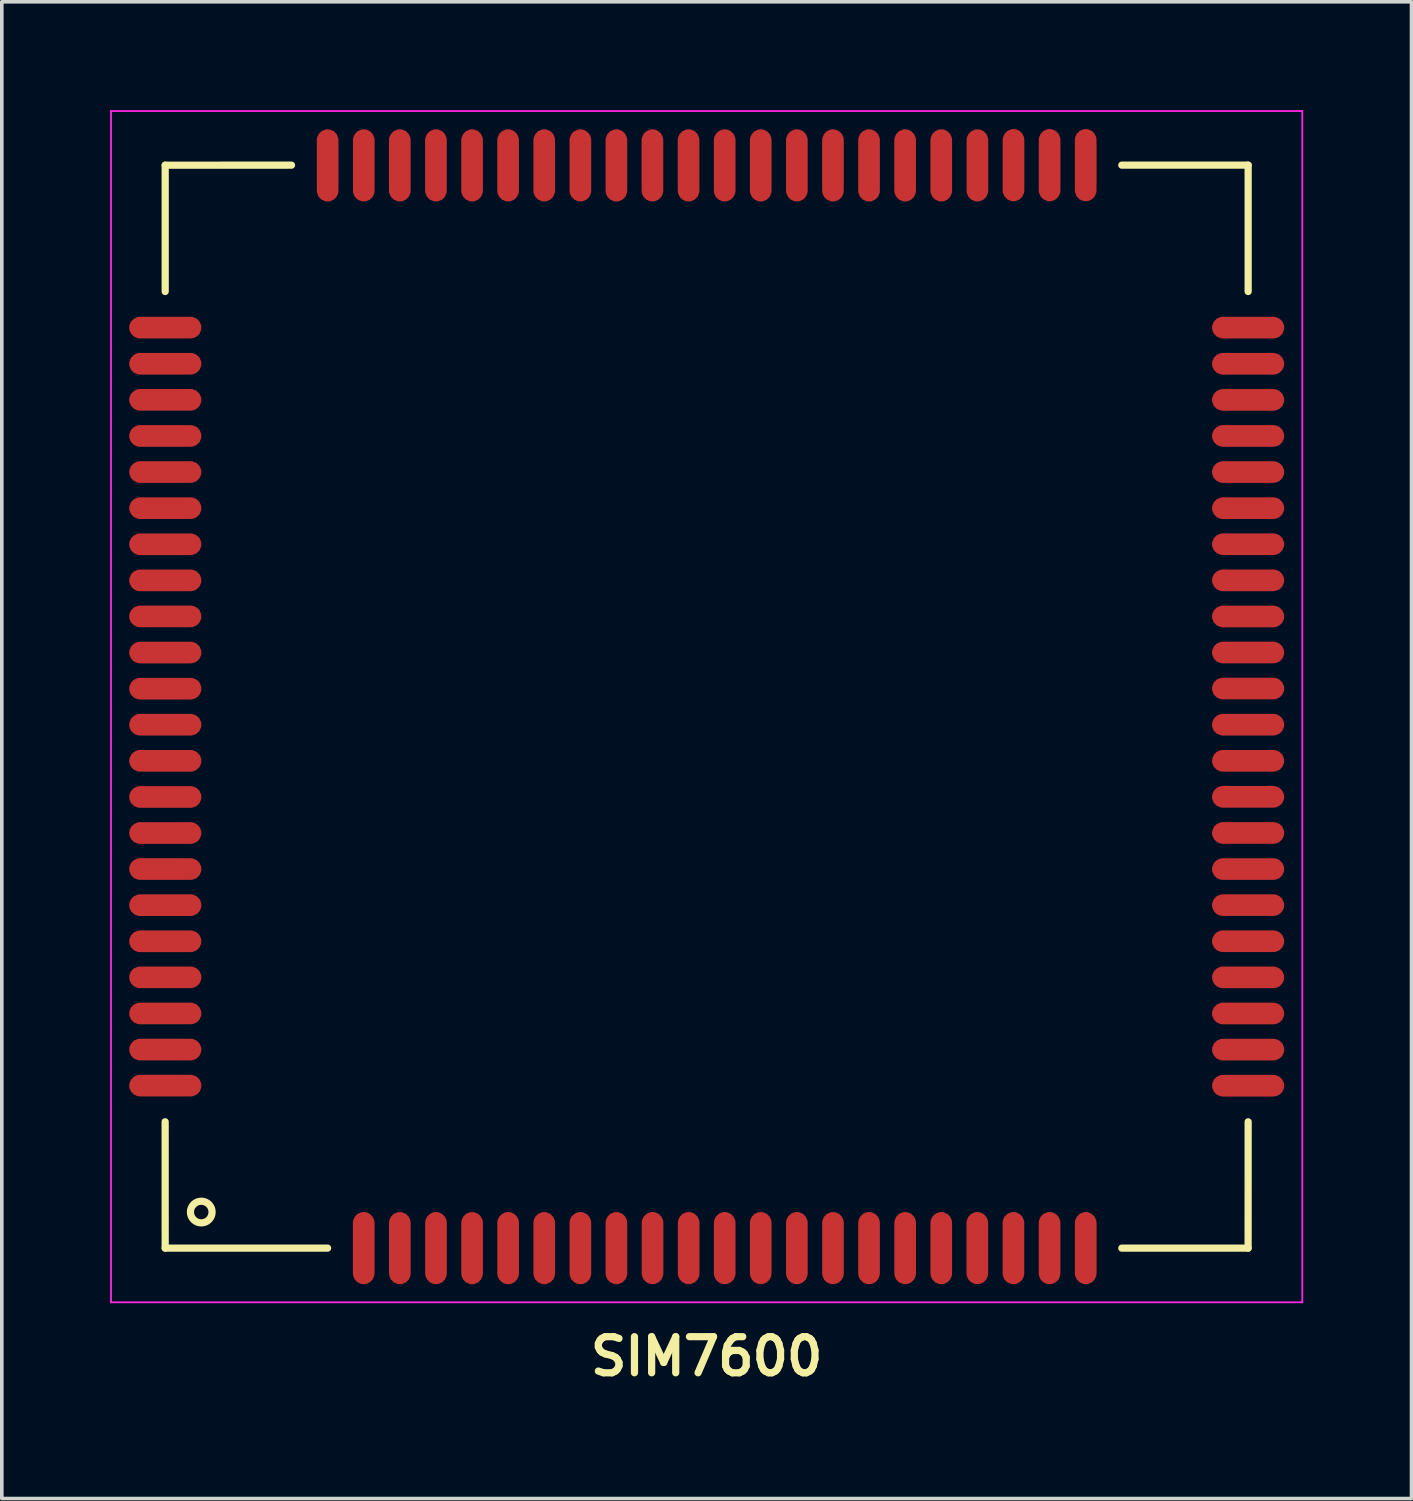
<source format=kicad_pcb>
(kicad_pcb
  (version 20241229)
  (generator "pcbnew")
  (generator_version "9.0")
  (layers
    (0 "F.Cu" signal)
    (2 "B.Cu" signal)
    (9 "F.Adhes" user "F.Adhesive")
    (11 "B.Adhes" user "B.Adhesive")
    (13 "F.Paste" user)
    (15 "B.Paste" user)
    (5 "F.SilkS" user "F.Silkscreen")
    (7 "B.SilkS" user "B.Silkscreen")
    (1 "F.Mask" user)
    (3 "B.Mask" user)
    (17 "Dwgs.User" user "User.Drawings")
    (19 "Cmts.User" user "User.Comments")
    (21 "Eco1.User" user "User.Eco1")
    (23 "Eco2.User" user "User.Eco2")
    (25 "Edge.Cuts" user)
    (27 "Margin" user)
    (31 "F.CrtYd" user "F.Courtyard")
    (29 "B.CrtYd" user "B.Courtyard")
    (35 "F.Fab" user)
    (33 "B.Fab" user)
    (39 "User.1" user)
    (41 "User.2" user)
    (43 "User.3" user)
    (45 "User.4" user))
  (footprint "SIM7600"
    (layer "F.Cu")
    (at 16.525 16.525)
    (property "Reference" "SIM7600" (at 0 18 0) (layer "F.SilkS") (effects (font (size 1 1) (thickness 0.2))))
    (attr smd)
    (fp_line (start -15 11.5) (end -14.999 14.999) (stroke (width 0.2) (type solid)) (layer "F.SilkS"))
    (fp_line (start -14.999 -14.999) (end -14.999 -11.5) (stroke (width 0.2) (type solid)) (layer "F.SilkS"))
    (fp_line (start -14.999 -14.999) (end -11.5 -15) (stroke (width 0.2) (type solid)) (layer "F.SilkS"))
    (fp_line (start -14.999 14.999) (end -10.5 14.999) (stroke (width 0.2) (type solid)) (layer "F.SilkS"))
    (fp_line (start 11.5 -15) (end 15 -15) (stroke (width 0.2) (type solid)) (layer "F.SilkS"))
    (fp_line (start 11.5 15) (end 14.999 14.999) (stroke (width 0.2) (type solid)) (layer "F.SilkS"))
    (fp_line (start 15 -15) (end 15 -11.5) (stroke (width 0.2) (type solid)) (layer "F.SilkS"))
    (fp_line (start 15 11.5) (end 14.999 14.999) (stroke (width 0.2) (type solid)) (layer "F.SilkS"))
    (fp_circle (center -14 14) (end -13.7 14) (stroke (width 0.2) (type solid)) (fill no) (layer "F.SilkS"))
    (fp_line (start -16.5 -16.5) (end -16.5 16.5) (stroke (width 0.05) (type solid)) (layer "F.CrtYd"))
    (fp_line (start -16.5 16.5) (end 16.5 16.5) (stroke (width 0.05) (type solid)) (layer "F.CrtYd"))
    (fp_line (start 16.5 -16.5) (end -16.5 -16.5) (stroke (width 0.05) (type solid)) (layer "F.CrtYd"))
    (fp_line (start 16.5 16.5) (end 16.5 -16.5) (stroke (width 0.05) (type solid)) (layer "F.CrtYd"))
    (pad "1" smd roundrect (at -9.5 14.999 180) (size 0.6 2) (layers "F.Cu" "F.Mask" "F.Paste") (roundrect_rratio 0.5))
    (pad "2" smd roundrect (at -8.499 14.999 180) (size 0.6 2) (layers "F.Cu" "F.Mask" "F.Paste") (roundrect_rratio 0.5))
    (pad "3" smd roundrect (at -7.498 14.999 180) (size 0.6 2) (layers "F.Cu" "F.Mask" "F.Paste") (roundrect_rratio 0.5))
    (pad "4" smd roundrect (at -6.498 14.999 180) (size 0.6 2) (layers "F.Cu" "F.Mask" "F.Paste") (roundrect_rratio 0.5))
    (pad "5" smd roundrect (at -5.499 14.999 180) (size 0.6 2) (layers "F.Cu" "F.Mask" "F.Paste") (roundrect_rratio 0.5))
    (pad "6" smd roundrect (at -4.499 14.999 180) (size 0.6 2) (layers "F.Cu" "F.Mask" "F.Paste") (roundrect_rratio 0.5))
    (pad "7" smd roundrect (at -3.498 14.999 180) (size 0.6 2) (layers "F.Cu" "F.Mask" "F.Paste") (roundrect_rratio 0.5))
    (pad "8" smd roundrect (at -2.5 14.999 180) (size 0.6 2) (layers "F.Cu" "F.Mask" "F.Paste") (roundrect_rratio 0.5))
    (pad "9" smd roundrect (at -1.499 14.999 180) (size 0.6 2) (layers "F.Cu" "F.Mask" "F.Paste") (roundrect_rratio 0.5))
    (pad "10" smd roundrect (at -0.498 14.999 180) (size 0.6 2) (layers "F.Cu" "F.Mask" "F.Paste") (roundrect_rratio 0.5))
    (pad "11" smd roundrect (at 0.5 14.999 180) (size 0.6 2) (layers "F.Cu" "F.Mask" "F.Paste") (roundrect_rratio 0.5))
    (pad "12" smd roundrect (at 1.498 14.999 180) (size 0.6 2) (layers "F.Cu" "F.Mask" "F.Paste") (roundrect_rratio 0.5))
    (pad "13" smd roundrect (at 2.499 14.999 180) (size 0.6 2) (layers "F.Cu" "F.Mask" "F.Paste") (roundrect_rratio 0.5))
    (pad "14" smd roundrect (at 3.5 14.999 180) (size 0.6 2) (layers "F.Cu" "F.Mask" "F.Paste") (roundrect_rratio 0.5))
    (pad "15" smd roundrect (at 4.498 14.999 180) (size 0.6 2) (layers "F.Cu" "F.Mask" "F.Paste") (roundrect_rratio 0.5))
    (pad "16" smd roundrect (at 5.499 14.999 180) (size 0.6 2) (layers "F.Cu" "F.Mask" "F.Paste") (roundrect_rratio 0.5))
    (pad "17" smd roundrect (at 6.499 14.999 180) (size 0.6 2) (layers "F.Cu" "F.Mask" "F.Paste") (roundrect_rratio 0.5))
    (pad "18" smd roundrect (at 7.498 14.999 180) (size 0.6 2) (layers "F.Cu" "F.Mask" "F.Paste") (roundrect_rratio 0.5))
    (pad "19" smd roundrect (at 8.498 14.999 180) (size 0.6 2) (layers "F.Cu" "F.Mask" "F.Paste") (roundrect_rratio 0.5))
    (pad "20" smd roundrect (at 9.499 14.999 180) (size 0.6 2) (layers "F.Cu" "F.Mask" "F.Paste") (roundrect_rratio 0.5))
    (pad "21" smd roundrect (at 15 9.5 270) (size 0.6 2) (layers "F.Cu" "F.Mask" "F.Paste") (roundrect_rratio 0.5))
    (pad "22" smd roundrect (at 14.999 8.5 270) (size 0.6 2) (layers "F.Cu" "F.Mask" "F.Paste") (roundrect_rratio 0.5))
    (pad "23" smd roundrect (at 14.999 7.499 270) (size 0.6 2) (layers "F.Cu" "F.Mask" "F.Paste") (roundrect_rratio 0.5))
    (pad "24" smd roundrect (at 14.999 6.498 270) (size 0.6 2) (layers "F.Cu" "F.Mask" "F.Paste") (roundrect_rratio 0.5))
    (pad "25" smd roundrect (at 14.999 5.498 270) (size 0.6 2) (layers "F.Cu" "F.Mask" "F.Paste") (roundrect_rratio 0.5))
    (pad "26" smd roundrect (at 14.999 4.499 270) (size 0.6 2) (layers "F.Cu" "F.Mask" "F.Paste") (roundrect_rratio 0.5))
    (pad "27" smd roundrect (at 14.999 3.499 270) (size 0.6 2) (layers "F.Cu" "F.Mask" "F.Paste") (roundrect_rratio 0.5))
    (pad "28" smd roundrect (at 14.999 2.498 270) (size 0.6 2) (layers "F.Cu" "F.Mask" "F.Paste") (roundrect_rratio 0.5))
    (pad "29" smd roundrect (at 14.999 1.5 270) (size 0.6 2) (layers "F.Cu" "F.Mask" "F.Paste") (roundrect_rratio 0.5))
    (pad "30" smd roundrect (at 14.999 0.499 270) (size 0.6 2) (layers "F.Cu" "F.Mask" "F.Paste") (roundrect_rratio 0.5))
    (pad "31" smd roundrect (at 14.999 -0.502 270) (size 0.6 2) (layers "F.Cu" "F.Mask" "F.Paste") (roundrect_rratio 0.5))
    (pad "32" smd roundrect (at 14.999 -1.5 270) (size 0.6 2) (layers "F.Cu" "F.Mask" "F.Paste") (roundrect_rratio 0.5))
    (pad "33" smd roundrect (at 14.999 -2.498 270) (size 0.6 2) (layers "F.Cu" "F.Mask" "F.Paste") (roundrect_rratio 0.5))
    (pad "34" smd roundrect (at 14.999 -3.499 270) (size 0.6 2) (layers "F.Cu" "F.Mask" "F.Paste") (roundrect_rratio 0.5))
    (pad "35" smd roundrect (at 14.999 -4.5 270) (size 0.6 2) (layers "F.Cu" "F.Mask" "F.Paste") (roundrect_rratio 0.5))
    (pad "36" smd roundrect (at 14.999 -5.498 270) (size 0.6 2) (layers "F.Cu" "F.Mask" "F.Paste") (roundrect_rratio 0.5))
    (pad "37" smd roundrect (at 14.999 -6.499 270) (size 0.6 2) (layers "F.Cu" "F.Mask" "F.Paste") (roundrect_rratio 0.5))
    (pad "38" smd roundrect (at 14.999 -7.499 270) (size 0.6 2) (layers "F.Cu" "F.Mask" "F.Paste") (roundrect_rratio 0.5))
    (pad "39" smd roundrect (at 14.999 -8.498 270) (size 0.6 2) (layers "F.Cu" "F.Mask" "F.Paste") (roundrect_rratio 0.5))
    (pad "40" smd roundrect (at 14.999 -9.498 270) (size 0.6 2) (layers "F.Cu" "F.Mask" "F.Paste") (roundrect_rratio 0.5))
    (pad "41" smd roundrect (at 9.5 -15) (size 0.6 2) (layers "F.Cu" "F.Mask" "F.Paste") (roundrect_rratio 0.5))
    (pad "42" smd roundrect (at 8.5 -15) (size 0.6 2) (layers "F.Cu" "F.Mask" "F.Paste") (roundrect_rratio 0.5))
    (pad "43" smd roundrect (at 7.5 -14.993) (size 0.6 2) (layers "F.Cu" "F.Mask" "F.Paste") (roundrect_rratio 0.5))
    (pad "44" smd roundrect (at 6.499 -14.993) (size 0.6 2) (layers "F.Cu" "F.Mask" "F.Paste") (roundrect_rratio 0.5))
    (pad "45" smd roundrect (at 5.498 -14.993) (size 0.6 2) (layers "F.Cu" "F.Mask" "F.Paste") (roundrect_rratio 0.5))
    (pad "46" smd roundrect (at 4.498 -14.993) (size 0.6 2) (layers "F.Cu" "F.Mask" "F.Paste") (roundrect_rratio 0.5))
    (pad "47" smd roundrect (at 3.499 -14.993) (size 0.6 2) (layers "F.Cu" "F.Mask" "F.Paste") (roundrect_rratio 0.5))
    (pad "48" smd roundrect (at 2.499 -14.993) (size 0.6 2) (layers "F.Cu" "F.Mask" "F.Paste") (roundrect_rratio 0.5))
    (pad "49" smd roundrect (at 1.498 -14.993) (size 0.6 2) (layers "F.Cu" "F.Mask" "F.Paste") (roundrect_rratio 0.5))
    (pad "50" smd roundrect (at 0.5 -14.993) (size 0.6 2) (layers "F.Cu" "F.Mask" "F.Paste") (roundrect_rratio 0.5))
    (pad "51" smd roundrect (at -0.501 -14.993) (size 0.6 2) (layers "F.Cu" "F.Mask" "F.Paste") (roundrect_rratio 0.5))
    (pad "52" smd roundrect (at -1.502 -14.993) (size 0.6 2) (layers "F.Cu" "F.Mask" "F.Paste") (roundrect_rratio 0.5))
    (pad "53" smd roundrect (at -2.5 -14.993) (size 0.6 2) (layers "F.Cu" "F.Mask" "F.Paste") (roundrect_rratio 0.5))
    (pad "54" smd roundrect (at -3.498 -14.993) (size 0.6 2) (layers "F.Cu" "F.Mask" "F.Paste") (roundrect_rratio 0.5))
    (pad "55" smd roundrect (at -4.499 -14.993) (size 0.6 2) (layers "F.Cu" "F.Mask" "F.Paste") (roundrect_rratio 0.5))
    (pad "56" smd roundrect (at -5.5 -14.993) (size 0.6 2) (layers "F.Cu" "F.Mask" "F.Paste") (roundrect_rratio 0.5))
    (pad "57" smd roundrect (at -6.498 -14.993) (size 0.6 2) (layers "F.Cu" "F.Mask" "F.Paste") (roundrect_rratio 0.5))
    (pad "58" smd roundrect (at -7.499 -14.993) (size 0.6 2) (layers "F.Cu" "F.Mask" "F.Paste") (roundrect_rratio 0.5))
    (pad "59" smd roundrect (at -8.5 -14.993) (size 0.6 2) (layers "F.Cu" "F.Mask" "F.Paste") (roundrect_rratio 0.5))
    (pad "60" smd roundrect (at -9.498 -14.993) (size 0.6 2) (layers "F.Cu" "F.Mask" "F.Paste") (roundrect_rratio 0.5))
    (pad "61" smd roundrect (at -14.996 -9.499 90) (size 0.6 2) (layers "F.Cu" "F.Mask" "F.Paste") (roundrect_rratio 0.5))
    (pad "62" smd roundrect (at -14.996 -8.499 90) (size 0.6 2) (layers "F.Cu" "F.Mask" "F.Paste") (roundrect_rratio 0.5))
    (pad "63" smd roundrect (at -14.996 -7.499 90) (size 0.6 2) (layers "F.Cu" "F.Mask" "F.Paste") (roundrect_rratio 0.5))
    (pad "64" smd roundrect (at -14.996 -6.499 90) (size 0.6 2) (layers "F.Cu" "F.Mask" "F.Paste") (roundrect_rratio 0.5))
    (pad "65" smd roundrect (at -14.996 -5.499 90) (size 0.6 2) (layers "F.Cu" "F.Mask" "F.Paste") (roundrect_rratio 0.5))
    (pad "66" smd roundrect (at -14.996 -4.498 90) (size 0.6 2) (layers "F.Cu" "F.Mask" "F.Paste") (roundrect_rratio 0.5))
    (pad "67" smd roundrect (at -14.996 -3.498 90) (size 0.6 2) (layers "F.Cu" "F.Mask" "F.Paste") (roundrect_rratio 0.5))
    (pad "68" smd roundrect (at -14.996 -2.5 90) (size 0.6 2) (layers "F.Cu" "F.Mask" "F.Paste") (roundrect_rratio 0.5))
    (pad "69" smd roundrect (at -14.996 -1.499 90) (size 0.6 2) (layers "F.Cu" "F.Mask" "F.Paste") (roundrect_rratio 0.5))
    (pad "70" smd roundrect (at -14.996 -0.498 90) (size 0.6 2) (layers "F.Cu" "F.Mask" "F.Paste") (roundrect_rratio 0.5))
    (pad "71" smd roundrect (at -14.996 0.5 90) (size 0.6 2) (layers "F.Cu" "F.Mask" "F.Paste") (roundrect_rratio 0.5))
    (pad "72" smd roundrect (at -14.996 1.501 90) (size 0.6 2) (layers "F.Cu" "F.Mask" "F.Paste") (roundrect_rratio 0.5))
    (pad "73" smd roundrect (at -14.996 2.502 90) (size 0.6 2) (layers "F.Cu" "F.Mask" "F.Paste") (roundrect_rratio 0.5))
    (pad "74" smd roundrect (at -14.996 3.5 90) (size 0.6 2) (layers "F.Cu" "F.Mask" "F.Paste") (roundrect_rratio 0.5))
    (pad "75" smd roundrect (at -14.996 4.498 90) (size 0.6 2) (layers "F.Cu" "F.Mask" "F.Paste") (roundrect_rratio 0.5))
    (pad "76" smd roundrect (at -14.996 5.499 90) (size 0.6 2) (layers "F.Cu" "F.Mask" "F.Paste") (roundrect_rratio 0.5))
    (pad "77" smd roundrect (at -14.996 6.5 90) (size 0.6 2) (layers "F.Cu" "F.Mask" "F.Paste") (roundrect_rratio 0.5))
    (pad "78" smd roundrect (at -14.996 7.498 90) (size 0.6 2) (layers "F.Cu" "F.Mask" "F.Paste") (roundrect_rratio 0.5))
    (pad "79" smd roundrect (at -14.996 8.499 90) (size 0.6 2) (layers "F.Cu" "F.Mask" "F.Paste") (roundrect_rratio 0.5))
    (pad "80" smd roundrect (at -14.996 9.499 90) (size 0.6 2) (layers "F.Cu" "F.Mask" "F.Paste") (roundrect_rratio 0.5))
    (pad "81" smd roundrect (at 10.5 14.999 180) (size 0.6 2) (layers "F.Cu" "F.Mask" "F.Paste") (roundrect_rratio 0.5))
    (pad "82" smd roundrect (at 10.5 -15) (size 0.6 2) (layers "F.Cu" "F.Mask" "F.Paste") (roundrect_rratio 0.5))
    (pad "83" smd roundrect (at 15 -10.5 270) (size 0.6 2) (layers "F.Cu" "F.Mask" "F.Paste") (roundrect_rratio 0.5))
    (pad "84" smd roundrect (at 15 10.5 270) (size 0.6 2) (layers "F.Cu" "F.Mask" "F.Paste") (roundrect_rratio 0.5))
    (pad "85" smd roundrect (at -10.499 -14.993) (size 0.6 2) (layers "F.Cu" "F.Mask" "F.Paste") (roundrect_rratio 0.5))
    (pad "86" smd roundrect (at -14.996 10.498 90) (size 0.6 2) (layers "F.Cu" "F.Mask" "F.Paste") (roundrect_rratio 0.5))
    (pad "87" smd roundrect (at -14.996 -10.5 90) (size 0.6 2) (layers "F.Cu" "F.Mask" "F.Paste") (roundrect_rratio 0.5)))
  (gr_rect
    (start -3 -3)
    (end 36.05 38.461)
    (stroke (width 0.1) (type default))
    (fill no)
    (layer "Edge.Cuts")))
</source>
